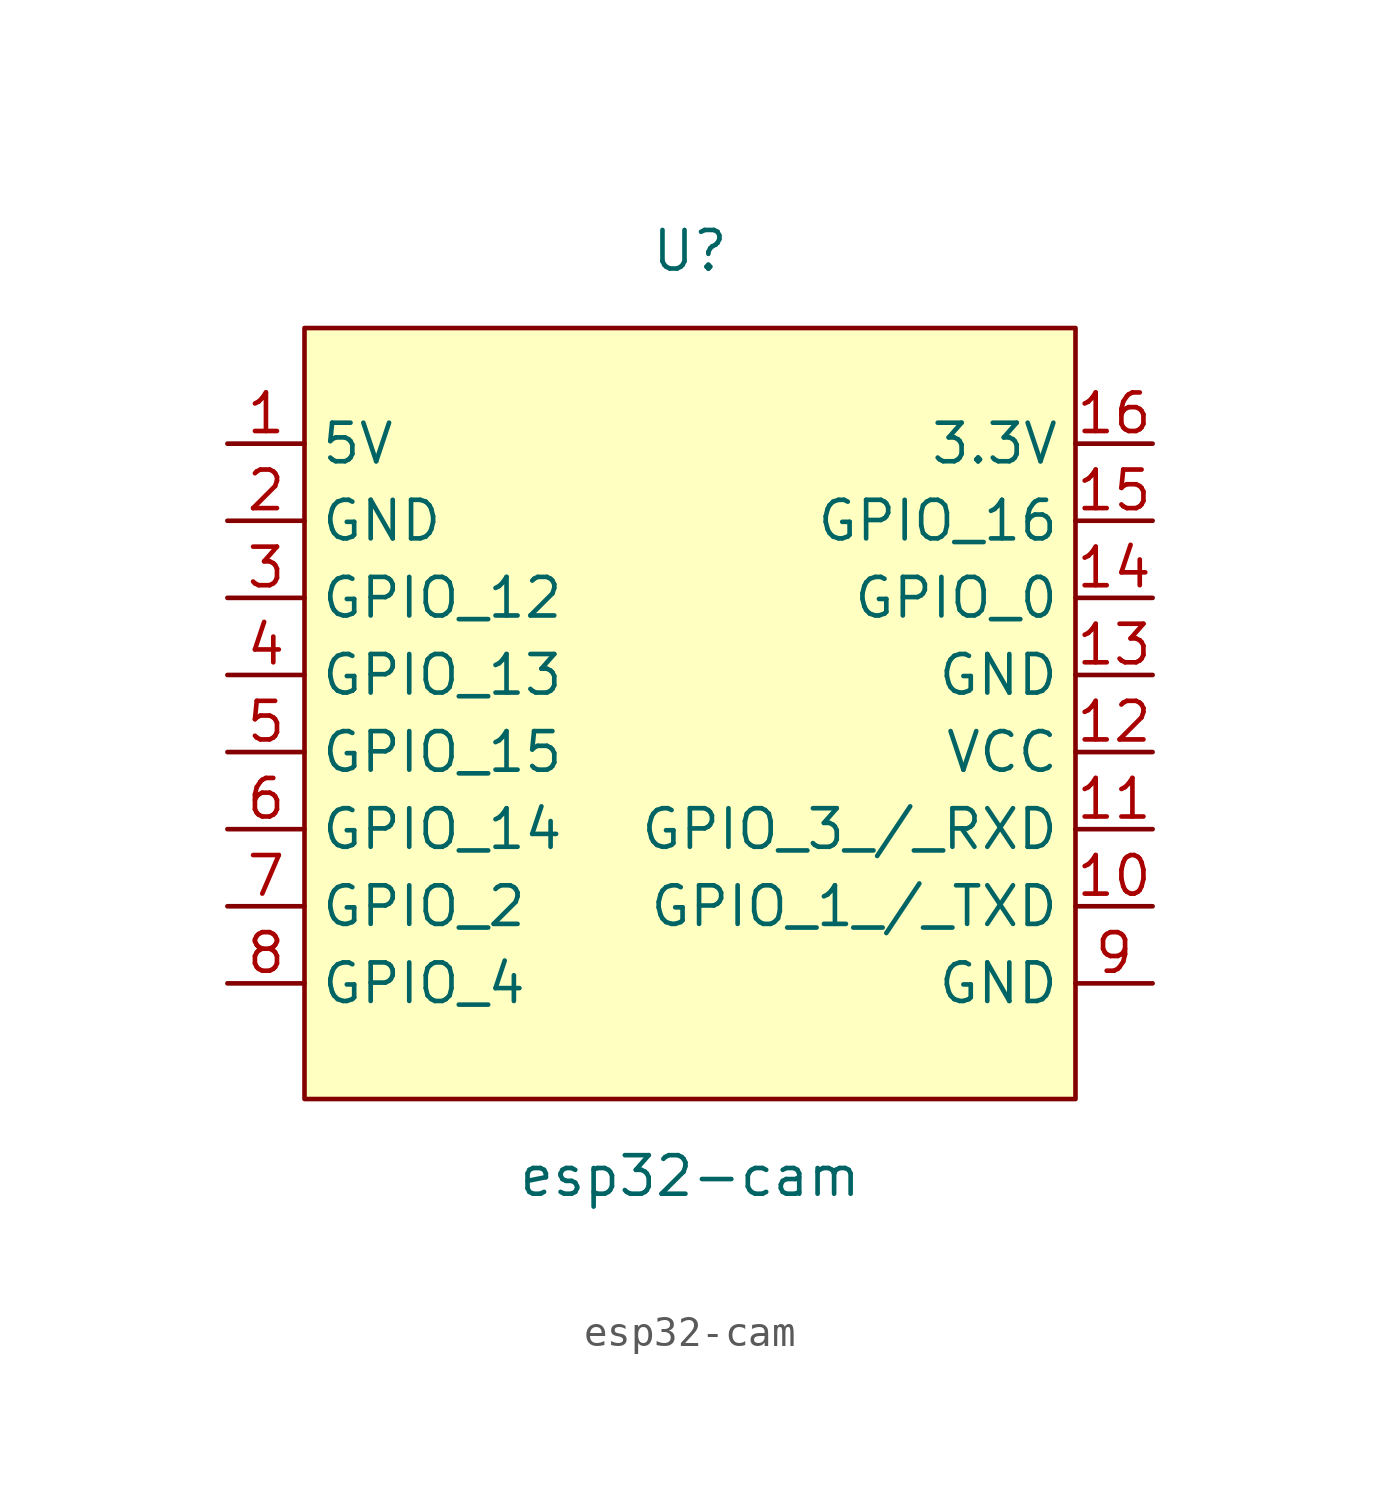
<source format=kicad_sym>
(kicad_symbol_lib
  (version 20201005)
  (generator kicad_symbol_editor)
  (symbol "esp32-cam:esp32-cam"
    (property "Reference" "U"
      (at 0 20.32 0)
      (effects (font (size 1.27 1.27))))
    (property "Value" "esp32-cam"
      (at 0 -10.16 0)
      (effects (font (size 1.27 1.27))))
    (symbol "esp32-cam_0_1"
      (rectangle (start -12.7 17.78) (end 12.7 -7.62) (stroke (width 0.152)) (fill (type background))))
    (symbol "esp32-cam_1_1"
      (pin power_in line (at -15.24 13.97 0) (length 2.54) (name "5V" (effects (font (size 1.27 1.27)))) (number "1" (effects (font (size 1.27 1.27)))))
      (pin bidirectional line (at 15.24 -1.27 180) (length 2.54) (name "GPIO_1_/_TXD" (effects (font (size 1.27 1.27)))) (number "10" (effects (font (size 1.27 1.27)))))
      (pin bidirectional line (at 15.24 1.27 180) (length 2.54) (name "GPIO_3_/_RXD" (effects (font (size 1.27 1.27)))) (number "11" (effects (font (size 1.27 1.27)))))
      (pin power_out line (at 15.24 3.81 180) (length 2.54) (name "VCC" (effects (font (size 1.27 1.27)))) (number "12" (effects (font (size 1.27 1.27)))))
      (pin power_in line (at 15.24 6.35 180) (length 2.54) (name "GND" (effects (font (size 1.27 1.27)))) (number "13" (effects (font (size 1.27 1.27)))))
      (pin bidirectional line (at 15.24 8.89 180) (length 2.54) (name "GPIO_0" (effects (font (size 1.27 1.27)))) (number "14" (effects (font (size 1.27 1.27)))))
      (pin bidirectional line (at 15.24 11.43 180) (length 2.54) (name "GPIO_16" (effects (font (size 1.27 1.27)))) (number "15" (effects (font (size 1.27 1.27)))))
      (pin power_in line (at 15.24 13.97 180) (length 2.54) (name "3.3V" (effects (font (size 1.27 1.27)))) (number "16" (effects (font (size 1.27 1.27)))))
      (pin power_in line (at -15.24 11.43 0) (length 2.54) (name "GND" (effects (font (size 1.27 1.27)))) (number "2" (effects (font (size 1.27 1.27)))))
      (pin bidirectional line (at -15.24 8.89 0) (length 2.54) (name "GPIO_12" (effects (font (size 1.27 1.27)))) (number "3" (effects (font (size 1.27 1.27)))))
      (pin bidirectional line (at -15.24 6.35 0) (length 2.54) (name "GPIO_13" (effects (font (size 1.27 1.27)))) (number "4" (effects (font (size 1.27 1.27)))))
      (pin bidirectional line (at -15.24 3.81 0) (length 2.54) (name "GPIO_15" (effects (font (size 1.27 1.27)))) (number "5" (effects (font (size 1.27 1.27)))))
      (pin bidirectional line (at -15.24 1.27 0) (length 2.54) (name "GPIO_14" (effects (font (size 1.27 1.27)))) (number "6" (effects (font (size 1.27 1.27)))))
      (pin bidirectional line (at -15.24 -1.27 0) (length 2.54) (name "GPIO_2" (effects (font (size 1.27 1.27)))) (number "7" (effects (font (size 1.27 1.27)))))
      (pin bidirectional line (at -15.24 -3.81 0) (length 2.54) (name "GPIO_4" (effects (font (size 1.27 1.27)))) (number "8" (effects (font (size 1.27 1.27)))))
      (pin power_in line (at 15.24 -3.81 180) (length 2.54) (name "GND" (effects (font (size 1.27 1.27)))) (number "9" (effects (font (size 1.27 1.27))))))))
</source>
